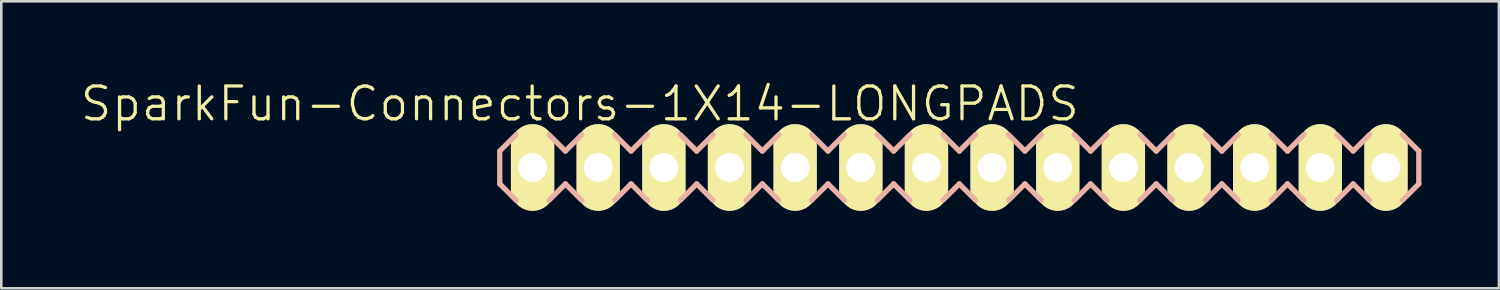
<source format=kicad_pcb>
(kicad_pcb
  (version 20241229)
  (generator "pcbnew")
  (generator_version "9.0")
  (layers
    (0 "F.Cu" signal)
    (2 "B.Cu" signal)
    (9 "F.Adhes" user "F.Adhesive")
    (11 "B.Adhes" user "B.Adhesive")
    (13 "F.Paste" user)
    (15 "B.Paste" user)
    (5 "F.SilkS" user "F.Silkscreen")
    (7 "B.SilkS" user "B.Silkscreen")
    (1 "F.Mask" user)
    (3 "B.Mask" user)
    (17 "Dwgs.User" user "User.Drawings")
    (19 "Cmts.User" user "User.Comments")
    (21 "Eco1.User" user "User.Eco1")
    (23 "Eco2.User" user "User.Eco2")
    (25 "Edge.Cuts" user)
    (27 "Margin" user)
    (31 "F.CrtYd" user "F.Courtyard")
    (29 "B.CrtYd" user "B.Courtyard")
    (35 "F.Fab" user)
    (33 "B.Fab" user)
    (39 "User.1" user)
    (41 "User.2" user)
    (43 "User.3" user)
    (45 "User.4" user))
  (footprint "SparkFun-Connectors-1X14-LONGPADS"
    (layer "F.Cu")
    (at 17.557 3.43)
    (property "Reference" "SparkFun-Connectors-1X14-LONGPADS" (at 1.829 -2.464 0) (layer "F.SilkS") (effects (font (size 1.27 1.27) (thickness 0.127))))
    (attr exclude_from_pos_files exclude_from_bom)
    (fp_line (start -0.254 -0.254) (end 0.254 -0.254) (stroke (width 0.066) (type solid)) (layer "F.SilkS"))
    (fp_line (start -0.254 0.254) (end -0.254 -0.254) (stroke (width 0.066) (type solid)) (layer "F.SilkS"))
    (fp_line (start -0.254 0.254) (end 0.254 0.254) (stroke (width 0.066) (type solid)) (layer "F.SilkS"))
    (fp_line (start 0.254 0.254) (end 0.254 -0.254) (stroke (width 0.066) (type solid)) (layer "F.SilkS"))
    (fp_line (start 2.286 -0.254) (end 2.794 -0.254) (stroke (width 0.066) (type solid)) (layer "F.SilkS"))
    (fp_line (start 2.286 0.254) (end 2.286 -0.254) (stroke (width 0.066) (type solid)) (layer "F.SilkS"))
    (fp_line (start 2.286 0.254) (end 2.794 0.254) (stroke (width 0.066) (type solid)) (layer "F.SilkS"))
    (fp_line (start 2.794 0.254) (end 2.794 -0.254) (stroke (width 0.066) (type solid)) (layer "F.SilkS"))
    (fp_line (start 4.826 -0.254) (end 5.334 -0.254) (stroke (width 0.066) (type solid)) (layer "F.SilkS"))
    (fp_line (start 4.826 0.254) (end 4.826 -0.254) (stroke (width 0.066) (type solid)) (layer "F.SilkS"))
    (fp_line (start 4.826 0.254) (end 5.334 0.254) (stroke (width 0.066) (type solid)) (layer "F.SilkS"))
    (fp_line (start 5.334 0.254) (end 5.334 -0.254) (stroke (width 0.066) (type solid)) (layer "F.SilkS"))
    (fp_line (start 7.366 -0.254) (end 7.874 -0.254) (stroke (width 0.066) (type solid)) (layer "F.SilkS"))
    (fp_line (start 7.366 0.254) (end 7.366 -0.254) (stroke (width 0.066) (type solid)) (layer "F.SilkS"))
    (fp_line (start 7.366 0.254) (end 7.874 0.254) (stroke (width 0.066) (type solid)) (layer "F.SilkS"))
    (fp_line (start 7.874 0.254) (end 7.874 -0.254) (stroke (width 0.066) (type solid)) (layer "F.SilkS"))
    (fp_line (start 9.906 -0.254) (end 10.414 -0.254) (stroke (width 0.066) (type solid)) (layer "F.SilkS"))
    (fp_line (start 9.906 0.254) (end 9.906 -0.254) (stroke (width 0.066) (type solid)) (layer "F.SilkS"))
    (fp_line (start 9.906 0.254) (end 10.414 0.254) (stroke (width 0.066) (type solid)) (layer "F.SilkS"))
    (fp_line (start 10.414 0.254) (end 10.414 -0.254) (stroke (width 0.066) (type solid)) (layer "F.SilkS"))
    (fp_line (start 12.446 -0.254) (end 12.954 -0.254) (stroke (width 0.066) (type solid)) (layer "F.SilkS"))
    (fp_line (start 12.446 0.254) (end 12.446 -0.254) (stroke (width 0.066) (type solid)) (layer "F.SilkS"))
    (fp_line (start 12.446 0.254) (end 12.954 0.254) (stroke (width 0.066) (type solid)) (layer "F.SilkS"))
    (fp_line (start 12.954 0.254) (end 12.954 -0.254) (stroke (width 0.066) (type solid)) (layer "F.SilkS"))
    (fp_line (start 14.986 -0.254) (end 15.494 -0.254) (stroke (width 0.066) (type solid)) (layer "F.SilkS"))
    (fp_line (start 14.986 0.254) (end 14.986 -0.254) (stroke (width 0.066) (type solid)) (layer "F.SilkS"))
    (fp_line (start 14.986 0.254) (end 15.494 0.254) (stroke (width 0.066) (type solid)) (layer "F.SilkS"))
    (fp_line (start 15.494 0.254) (end 15.494 -0.254) (stroke (width 0.066) (type solid)) (layer "F.SilkS"))
    (fp_line (start 17.523 -0.254) (end 18.034 -0.254) (stroke (width 0.066) (type solid)) (layer "F.SilkS"))
    (fp_line (start 17.523 0.254) (end 17.523 -0.254) (stroke (width 0.066) (type solid)) (layer "F.SilkS"))
    (fp_line (start 17.523 0.254) (end 18.034 0.254) (stroke (width 0.066) (type solid)) (layer "F.SilkS"))
    (fp_line (start 18.034 0.254) (end 18.034 -0.254) (stroke (width 0.066) (type solid)) (layer "F.SilkS"))
    (fp_line (start 20.066 -0.254) (end 20.574 -0.254) (stroke (width 0.066) (type solid)) (layer "F.SilkS"))
    (fp_line (start 20.066 0.254) (end 20.066 -0.254) (stroke (width 0.066) (type solid)) (layer "F.SilkS"))
    (fp_line (start 20.066 0.254) (end 20.574 0.254) (stroke (width 0.066) (type solid)) (layer "F.SilkS"))
    (fp_line (start 20.574 0.254) (end 20.574 -0.254) (stroke (width 0.066) (type solid)) (layer "F.SilkS"))
    (fp_line (start 22.606 -0.254) (end 23.114 -0.254) (stroke (width 0.066) (type solid)) (layer "F.SilkS"))
    (fp_line (start 22.606 0.254) (end 22.606 -0.254) (stroke (width 0.066) (type solid)) (layer "F.SilkS"))
    (fp_line (start 22.606 0.254) (end 23.114 0.254) (stroke (width 0.066) (type solid)) (layer "F.SilkS"))
    (fp_line (start 23.114 0.254) (end 23.114 -0.254) (stroke (width 0.066) (type solid)) (layer "F.SilkS"))
    (fp_line (start 25.146 -0.254) (end 25.654 -0.254) (stroke (width 0.066) (type solid)) (layer "F.SilkS"))
    (fp_line (start 25.146 0.254) (end 25.146 -0.254) (stroke (width 0.066) (type solid)) (layer "F.SilkS"))
    (fp_line (start 25.146 0.254) (end 25.654 0.254) (stroke (width 0.066) (type solid)) (layer "F.SilkS"))
    (fp_line (start 25.654 0.254) (end 25.654 -0.254) (stroke (width 0.066) (type solid)) (layer "F.SilkS"))
    (fp_line (start 27.686 -0.254) (end 28.194 -0.254) (stroke (width 0.066) (type solid)) (layer "F.SilkS"))
    (fp_line (start 27.686 0.254) (end 27.686 -0.254) (stroke (width 0.066) (type solid)) (layer "F.SilkS"))
    (fp_line (start 27.686 0.254) (end 28.194 0.254) (stroke (width 0.066) (type solid)) (layer "F.SilkS"))
    (fp_line (start 28.194 0.254) (end 28.194 -0.254) (stroke (width 0.066) (type solid)) (layer "F.SilkS"))
    (fp_line (start 30.226 -0.254) (end 30.734 -0.254) (stroke (width 0.066) (type solid)) (layer "F.SilkS"))
    (fp_line (start 30.226 0.254) (end 30.226 -0.254) (stroke (width 0.066) (type solid)) (layer "F.SilkS"))
    (fp_line (start 30.226 0.254) (end 30.734 0.254) (stroke (width 0.066) (type solid)) (layer "F.SilkS"))
    (fp_line (start 30.734 0.254) (end 30.734 -0.254) (stroke (width 0.066) (type solid)) (layer "F.SilkS"))
    (fp_line (start 32.766 -0.254) (end 33.274 -0.254) (stroke (width 0.066) (type solid)) (layer "F.SilkS"))
    (fp_line (start 32.766 0.254) (end 32.766 -0.254) (stroke (width 0.066) (type solid)) (layer "F.SilkS"))
    (fp_line (start 32.766 0.254) (end 33.274 0.254) (stroke (width 0.066) (type solid)) (layer "F.SilkS"))
    (fp_line (start 33.274 0.254) (end 33.274 -0.254) (stroke (width 0.066) (type solid)) (layer "F.SilkS"))
    (fp_line (start -1.27 -0.635) (end -1.27 0.635) (stroke (width 0.203) (type solid)) (layer "B.SilkS"))
    (fp_line (start -1.27 0.635) (end -0.635 1.27) (stroke (width 0.203) (type solid)) (layer "B.SilkS"))
    (fp_line (start -0.635 -1.27) (end -1.27 -0.635) (stroke (width 0.203) (type solid)) (layer "B.SilkS"))
    (fp_line (start 0.635 -1.27) (end 1.27 -0.635) (stroke (width 0.203) (type solid)) (layer "B.SilkS"))
    (fp_line (start 1.27 -0.635) (end 1.905 -1.27) (stroke (width 0.203) (type solid)) (layer "B.SilkS"))
    (fp_line (start 1.27 0.635) (end 0.635 1.27) (stroke (width 0.203) (type solid)) (layer "B.SilkS"))
    (fp_line (start 1.905 1.27) (end 1.27 0.635) (stroke (width 0.203) (type solid)) (layer "B.SilkS"))
    (fp_line (start 3.175 -1.27) (end 3.81 -0.635) (stroke (width 0.203) (type solid)) (layer "B.SilkS"))
    (fp_line (start 3.81 -0.635) (end 4.445 -1.27) (stroke (width 0.203) (type solid)) (layer "B.SilkS"))
    (fp_line (start 3.81 0.635) (end 3.175 1.27) (stroke (width 0.203) (type solid)) (layer "B.SilkS"))
    (fp_line (start 4.445 1.27) (end 3.81 0.635) (stroke (width 0.203) (type solid)) (layer "B.SilkS"))
    (fp_line (start 5.715 -1.27) (end 6.35 -0.635) (stroke (width 0.203) (type solid)) (layer "B.SilkS"))
    (fp_line (start 6.35 0.635) (end 5.715 1.27) (stroke (width 0.203) (type solid)) (layer "B.SilkS"))
    (fp_line (start 6.35 0.635) (end 6.985 1.27) (stroke (width 0.203) (type solid)) (layer "B.SilkS"))
    (fp_line (start 6.985 -1.27) (end 6.35 -0.635) (stroke (width 0.203) (type solid)) (layer "B.SilkS"))
    (fp_line (start 8.255 -1.27) (end 8.89 -0.635) (stroke (width 0.203) (type solid)) (layer "B.SilkS"))
    (fp_line (start 8.89 -0.635) (end 9.525 -1.27) (stroke (width 0.203) (type solid)) (layer "B.SilkS"))
    (fp_line (start 8.89 0.635) (end 8.255 1.27) (stroke (width 0.203) (type solid)) (layer "B.SilkS"))
    (fp_line (start 9.525 1.27) (end 8.89 0.635) (stroke (width 0.203) (type solid)) (layer "B.SilkS"))
    (fp_line (start 10.795 -1.27) (end 11.43 -0.635) (stroke (width 0.203) (type solid)) (layer "B.SilkS"))
    (fp_line (start 11.43 -0.635) (end 12.065 -1.27) (stroke (width 0.203) (type solid)) (layer "B.SilkS"))
    (fp_line (start 11.43 0.635) (end 10.795 1.27) (stroke (width 0.203) (type solid)) (layer "B.SilkS"))
    (fp_line (start 12.065 1.27) (end 11.43 0.635) (stroke (width 0.203) (type solid)) (layer "B.SilkS"))
    (fp_line (start 13.335 -1.27) (end 13.97 -0.635) (stroke (width 0.203) (type solid)) (layer "B.SilkS"))
    (fp_line (start 13.97 0.635) (end 13.335 1.27) (stroke (width 0.203) (type solid)) (layer "B.SilkS"))
    (fp_line (start 13.97 0.635) (end 14.605 1.27) (stroke (width 0.203) (type solid)) (layer "B.SilkS"))
    (fp_line (start 14.605 -1.27) (end 13.97 -0.635) (stroke (width 0.203) (type solid)) (layer "B.SilkS"))
    (fp_line (start 15.875 -1.27) (end 16.51 -0.635) (stroke (width 0.203) (type solid)) (layer "B.SilkS"))
    (fp_line (start 16.51 0.635) (end 15.875 1.27) (stroke (width 0.203) (type solid)) (layer "B.SilkS"))
    (fp_line (start 16.51 0.635) (end 17.145 1.27) (stroke (width 0.203) (type solid)) (layer "B.SilkS"))
    (fp_line (start 17.145 -1.27) (end 16.51 -0.635) (stroke (width 0.203) (type solid)) (layer "B.SilkS"))
    (fp_line (start 18.415 -1.27) (end 19.05 -0.635) (stroke (width 0.203) (type solid)) (layer "B.SilkS"))
    (fp_line (start 19.05 -0.635) (end 19.685 -1.27) (stroke (width 0.203) (type solid)) (layer "B.SilkS"))
    (fp_line (start 19.05 0.635) (end 18.415 1.27) (stroke (width 0.203) (type solid)) (layer "B.SilkS"))
    (fp_line (start 19.685 1.27) (end 19.05 0.635) (stroke (width 0.203) (type solid)) (layer "B.SilkS"))
    (fp_line (start 20.955 -1.27) (end 21.59 -0.635) (stroke (width 0.203) (type solid)) (layer "B.SilkS"))
    (fp_line (start 21.59 -0.635) (end 22.225 -1.27) (stroke (width 0.203) (type solid)) (layer "B.SilkS"))
    (fp_line (start 21.59 0.635) (end 20.955 1.27) (stroke (width 0.203) (type solid)) (layer "B.SilkS"))
    (fp_line (start 22.225 1.27) (end 21.59 0.635) (stroke (width 0.203) (type solid)) (layer "B.SilkS"))
    (fp_line (start 23.495 -1.27) (end 24.13 -0.635) (stroke (width 0.203) (type solid)) (layer "B.SilkS"))
    (fp_line (start 24.13 0.635) (end 23.495 1.27) (stroke (width 0.203) (type solid)) (layer "B.SilkS"))
    (fp_line (start 24.13 0.635) (end 24.765 1.27) (stroke (width 0.203) (type solid)) (layer "B.SilkS"))
    (fp_line (start 24.765 -1.27) (end 24.13 -0.635) (stroke (width 0.203) (type solid)) (layer "B.SilkS"))
    (fp_line (start 26.035 -1.27) (end 26.67 -0.635) (stroke (width 0.203) (type solid)) (layer "B.SilkS"))
    (fp_line (start 26.67 -0.635) (end 27.305 -1.27) (stroke (width 0.203) (type solid)) (layer "B.SilkS"))
    (fp_line (start 26.67 0.635) (end 26.035 1.27) (stroke (width 0.203) (type solid)) (layer "B.SilkS"))
    (fp_line (start 27.305 1.27) (end 26.67 0.635) (stroke (width 0.203) (type solid)) (layer "B.SilkS"))
    (fp_line (start 28.575 -1.27) (end 29.21 -0.635) (stroke (width 0.203) (type solid)) (layer "B.SilkS"))
    (fp_line (start 29.21 -0.635) (end 29.845 -1.27) (stroke (width 0.203) (type solid)) (layer "B.SilkS"))
    (fp_line (start 29.21 0.635) (end 28.575 1.27) (stroke (width 0.203) (type solid)) (layer "B.SilkS"))
    (fp_line (start 29.845 1.27) (end 29.21 0.635) (stroke (width 0.203) (type solid)) (layer "B.SilkS"))
    (fp_line (start 31.115 -1.27) (end 31.75 -0.635) (stroke (width 0.203) (type solid)) (layer "B.SilkS"))
    (fp_line (start 31.75 0.635) (end 31.115 1.27) (stroke (width 0.203) (type solid)) (layer "B.SilkS"))
    (fp_line (start 31.75 0.635) (end 32.385 1.27) (stroke (width 0.203) (type solid)) (layer "B.SilkS"))
    (fp_line (start 32.385 -1.27) (end 31.75 -0.635) (stroke (width 0.203) (type solid)) (layer "B.SilkS"))
    (fp_line (start 33.655 -1.27) (end 34.29 -0.635) (stroke (width 0.203) (type solid)) (layer "B.SilkS"))
    (fp_line (start 34.29 -0.635) (end 34.29 0.635) (stroke (width 0.203) (type solid)) (layer "B.SilkS"))
    (fp_line (start 34.29 0.635) (end 33.655 1.27) (stroke (width 0.203) (type solid)) (layer "B.SilkS"))
    (pad "1" thru_hole oval (at 0 0 180) (size 1.676 3.353) (drill 1.118) (layers "*.Cu" "F.Mask" "F.SilkS" "F.Paste"))
    (pad "2" thru_hole oval (at 2.54 0 180) (size 1.676 3.353) (drill 1.118) (layers "*.Cu" "F.Mask" "F.SilkS" "F.Paste"))
    (pad "3" thru_hole oval (at 5.08 0 180) (size 1.676 3.353) (drill 1.118) (layers "*.Cu" "F.Mask" "F.SilkS" "F.Paste"))
    (pad "4" thru_hole oval (at 7.62 0 180) (size 1.676 3.353) (drill 1.118) (layers "*.Cu" "F.Mask" "F.SilkS" "F.Paste"))
    (pad "5" thru_hole oval (at 10.16 0 180) (size 1.676 3.353) (drill 1.118) (layers "*.Cu" "F.Mask" "F.SilkS" "F.Paste"))
    (pad "6" thru_hole oval (at 12.7 0 180) (size 1.676 3.353) (drill 1.118) (layers "*.Cu" "F.Mask" "F.SilkS" "F.Paste"))
    (pad "7" thru_hole oval (at 15.24 0 180) (size 1.676 3.353) (drill 1.118) (layers "*.Cu" "F.Mask" "F.SilkS" "F.Paste"))
    (pad "8" thru_hole oval (at 17.78 0 180) (size 1.676 3.353) (drill 1.118) (layers "*.Cu" "F.Mask" "F.SilkS" "F.Paste"))
    (pad "9" thru_hole oval (at 20.32 0 180) (size 1.676 3.353) (drill 1.118) (layers "*.Cu" "F.Mask" "F.SilkS" "F.Paste"))
    (pad "10" thru_hole oval (at 22.86 0 180) (size 1.676 3.353) (drill 1.118) (layers "*.Cu" "F.Mask" "F.SilkS" "F.Paste"))
    (pad "11" thru_hole oval (at 25.4 0 180) (size 1.676 3.353) (drill 1.118) (layers "*.Cu" "F.Mask" "F.SilkS" "F.Paste"))
    (pad "12" thru_hole oval (at 27.94 0 180) (size 1.676 3.353) (drill 1.118) (layers "*.Cu" "F.Mask" "F.SilkS" "F.Paste"))
    (pad "13" thru_hole oval (at 30.48 0 180) (size 1.676 3.353) (drill 1.118) (layers "*.Cu" "F.Mask" "F.SilkS" "F.Paste"))
    (pad "14" thru_hole oval (at 33.02 0 180) (size 1.676 3.353) (drill 1.118) (layers "*.Cu" "F.Mask" "F.SilkS" "F.Paste")))
  (gr_rect
    (start -3 -3)
    (end 54.948 8.106)
    (stroke (width 0.1) (type default))
    (fill no)
    (layer "Edge.Cuts")))
</source>
